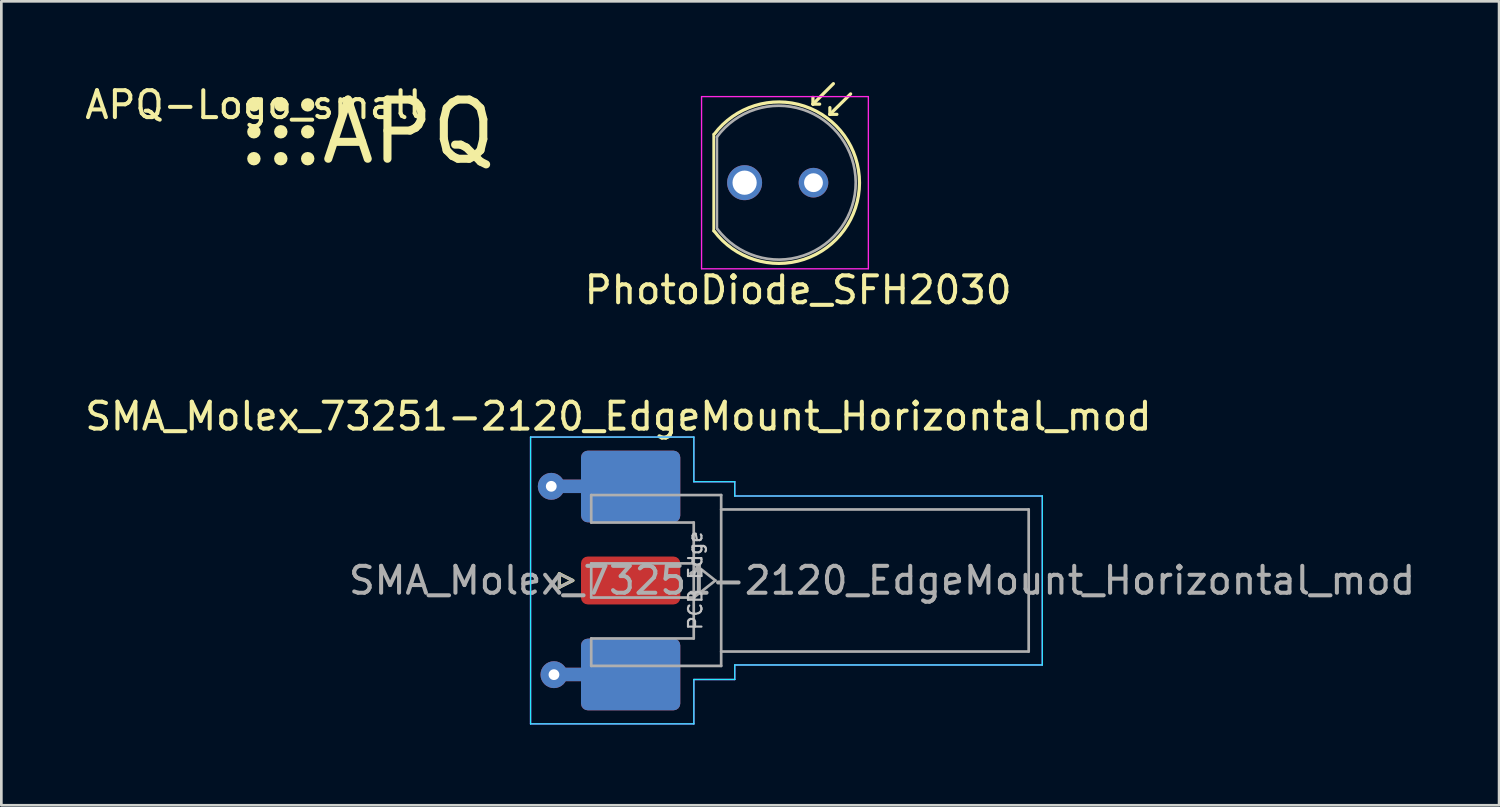
<source format=kicad_pcb>
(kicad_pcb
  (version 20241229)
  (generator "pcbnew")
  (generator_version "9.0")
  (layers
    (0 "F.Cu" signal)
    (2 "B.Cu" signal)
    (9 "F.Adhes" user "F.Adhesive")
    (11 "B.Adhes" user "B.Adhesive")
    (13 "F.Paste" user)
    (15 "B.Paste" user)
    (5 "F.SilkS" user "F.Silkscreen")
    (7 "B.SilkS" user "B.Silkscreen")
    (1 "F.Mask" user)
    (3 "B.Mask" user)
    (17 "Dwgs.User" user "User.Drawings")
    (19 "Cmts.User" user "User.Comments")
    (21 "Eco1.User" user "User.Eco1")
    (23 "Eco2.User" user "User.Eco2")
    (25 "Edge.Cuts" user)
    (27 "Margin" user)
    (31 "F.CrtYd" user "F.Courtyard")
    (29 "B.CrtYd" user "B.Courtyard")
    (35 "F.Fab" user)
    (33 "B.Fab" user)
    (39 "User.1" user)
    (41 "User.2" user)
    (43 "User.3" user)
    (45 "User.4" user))
  (footprint "APQ-Logo_small"
    (layer "F.Cu")
    (at 6.387 0.848)
    (property "Reference" "APQ-Logo_small" (at 0 0 0) (layer "F.SilkS") (effects (font (size 1 1) (thickness 0.15))))
    (attr exclude_from_pos_files exclude_from_bom)
    (fp_circle (center 0 0) (end 0.125 0) (stroke (width 0.25) (type solid)) (fill no) (layer "F.SilkS"))
    (fp_circle (center 0 1) (end 0.125 1) (stroke (width 0.25) (type solid)) (fill no) (layer "F.SilkS"))
    (fp_circle (center 0 2) (end 0.125 2) (stroke (width 0.25) (type solid)) (fill no) (layer "F.SilkS"))
    (fp_circle (center 1 0) (end 1.125 0) (stroke (width 0.25) (type solid)) (fill no) (layer "F.SilkS"))
    (fp_circle (center 1 1) (end 1.125 1) (stroke (width 0.25) (type solid)) (fill no) (layer "F.SilkS"))
    (fp_circle (center 1 2) (end 1.125 2) (stroke (width 0.25) (type solid)) (fill no) (layer "F.SilkS"))
    (fp_circle (center 2 0) (end 2.125 0) (stroke (width 0.25) (type solid)) (fill no) (layer "F.SilkS"))
    (fp_circle (center 2 1) (end 2.125 1) (stroke (width 0.25) (type solid)) (fill no) (layer "F.SilkS"))
    (fp_circle (center 2 2) (end 2.125 2) (stroke (width 0.25) (type solid)) (fill no) (layer "F.SilkS"))
    (fp_text user "APQ" (at 5.75 1 0) (layer "F.SilkS") (effects (font (size 2.2 2.2) (thickness 0.3)))))
  (footprint "PhotoDiode_SFH2030"
    (layer "F.Cu")
    (at 24.626 3.74)
    (property "Reference" "PhotoDiode_SFH2030" (at 1.99 3.99 0) (layer "F.SilkS") (effects (font (size 1 1) (thickness 0.15))))
    (attr through_hole)
    (fp_line (start -1.15 -1.8) (end -1.15 1.8) (stroke (width 0.1) (type solid)) (layer "F.SilkS"))
    (fp_line (start 2.54 -2.92) (end 2.54 -3.17) (stroke (width 0.12) (type solid)) (layer "F.SilkS"))
    (fp_line (start 2.54 -2.92) (end 2.79 -2.92) (stroke (width 0.12) (type solid)) (layer "F.SilkS"))
    (fp_line (start 3.17 -2.54) (end 3.17 -2.79) (stroke (width 0.12) (type solid)) (layer "F.SilkS"))
    (fp_line (start 3.17 -2.54) (end 3.43 -2.54) (stroke (width 0.12) (type solid)) (layer "F.SilkS"))
    (fp_line (start 3.3 -3.68) (end 2.54 -2.92) (stroke (width 0.12) (type solid)) (layer "F.SilkS"))
    (fp_line (start 3.94 -3.3) (end 3.17 -2.54) (stroke (width 0.12) (type solid)) (layer "F.SilkS"))
    (fp_arc (start -1.13 -1.8) (mid 4.269993 0.006278) (end -1.137512 1.78994) (stroke (width 0.12) (type solid)) (layer "F.SilkS"))
    (fp_line (start -1.6 -3.2) (end 4.6 -3.2) (stroke (width 0.05) (type solid)) (layer "F.CrtYd"))
    (fp_line (start -1.6 3.2) (end -1.6 -3.2) (stroke (width 0.05) (type solid)) (layer "F.CrtYd"))
    (fp_line (start 4.6 -3.2) (end 4.6 3.2) (stroke (width 0.05) (type solid)) (layer "F.CrtYd"))
    (fp_line (start 4.6 3.2) (end -1.6 3.2) (stroke (width 0.05) (type solid)) (layer "F.CrtYd"))
    (fp_line (start -1.03 -1.7) (end -1.03 1.7) (stroke (width 0.1) (type solid)) (layer "F.Fab"))
    (fp_arc (start -1.03 -1.7) (mid 4.130036 -0.014015) (end -1.013229 1.722459) (stroke (width 0.1) (type solid)) (layer "F.Fab"))
    (pad "1" thru_hole circle (at 0 0 180) (size 1.3 1.3) (drill 0.9) (layers "*.Cu" "*.Mask"))
    (pad "2" thru_hole circle (at 2.56 0 180) (size 1.1 1.1) (drill 0.7) (layers "*.Cu" "*.Mask")))
  (footprint "SMA_Molex_73251-2120_EdgeMount_Horizontal_mod"
    (layer "F.Cu")
    (at 20.64 18.526)
    (property "Reference" "SMA_Molex_73251-2120_EdgeMount_Horizontal_mod" (at -0.705 -6.1 0) (layer "F.SilkS") (effects (font (size 1 1) (thickness 0.15))))
    (fp_line (start -2.9 -0.25) (end -2.9 0.25) (stroke (width 0.12) (type solid)) (layer "F.SilkS"))
    (fp_line (start -2.9 0.25) (end -2.4 0) (stroke (width 0.12) (type solid)) (layer "F.SilkS"))
    (fp_line (start -2.4 0) (end -2.9 -0.25) (stroke (width 0.12) (type solid)) (layer "F.SilkS"))
    (fp_line (start -3.97 -5.33) (end -3.97 5.33) (stroke (width 0.05) (type solid)) (layer "B.CrtYd"))
    (fp_line (start -3.97 -5.33) (end 2.1 -5.33) (stroke (width 0.05) (type solid)) (layer "B.CrtYd"))
    (fp_line (start 2.1 -5.33) (end 2.1 -3.67) (stroke (width 0.05) (type default)) (layer "B.CrtYd"))
    (fp_line (start 2.1 -3.67) (end 3.62 -3.67) (stroke (width 0.05) (type default)) (layer "B.CrtYd"))
    (fp_line (start 2.1 3.68) (end 3.62 3.68) (stroke (width 0.05) (type default)) (layer "B.CrtYd"))
    (fp_line (start 2.1 5.33) (end -3.97 5.33) (stroke (width 0.05) (type solid)) (layer "B.CrtYd"))
    (fp_line (start 2.1 5.33) (end 2.1 3.68) (stroke (width 0.05) (type default)) (layer "B.CrtYd"))
    (fp_line (start 3.62 -3.67) (end 3.62 -3.14) (stroke (width 0.05) (type default)) (layer "B.CrtYd"))
    (fp_line (start 3.62 -3.14) (end 15.05 -3.14) (stroke (width 0.05) (type default)) (layer "B.CrtYd"))
    (fp_line (start 3.62 3.14) (end 15.05 3.14) (stroke (width 0.05) (type default)) (layer "B.CrtYd"))
    (fp_line (start 3.62 3.68) (end 3.62 3.14) (stroke (width 0.05) (type default)) (layer "B.CrtYd"))
    (fp_line (start 15.05 -3.14) (end 15.05 3.14) (stroke (width 0.05) (type solid)) (layer "B.CrtYd"))
    (fp_line (start -3.97 -5.33) (end -3.97 5.33) (stroke (width 0.05) (type solid)) (layer "F.CrtYd"))
    (fp_line (start -3.97 -5.33) (end 2.1 -5.33) (stroke (width 0.05) (type solid)) (layer "F.CrtYd"))
    (fp_line (start 2.1 -5.33) (end 2.1 -3.67) (stroke (width 0.05) (type default)) (layer "F.CrtYd"))
    (fp_line (start 2.1 -3.67) (end 3.62 -3.67) (stroke (width 0.05) (type default)) (layer "F.CrtYd"))
    (fp_line (start 2.1 3.68) (end 3.62 3.68) (stroke (width 0.05) (type default)) (layer "F.CrtYd"))
    (fp_line (start 2.1 5.33) (end -3.97 5.33) (stroke (width 0.05) (type solid)) (layer "F.CrtYd"))
    (fp_line (start 2.1 5.33) (end 2.1 3.68) (stroke (width 0.05) (type default)) (layer "F.CrtYd"))
    (fp_line (start 3.62 -3.67) (end 3.62 -3.14) (stroke (width 0.05) (type default)) (layer "F.CrtYd"))
    (fp_line (start 3.62 -3.14) (end 15.05 -3.14) (stroke (width 0.05) (type default)) (layer "F.CrtYd"))
    (fp_line (start 3.62 3.14) (end 15.05 3.14) (stroke (width 0.05) (type default)) (layer "F.CrtYd"))
    (fp_line (start 3.62 3.68) (end 3.62 3.14) (stroke (width 0.05) (type default)) (layer "F.CrtYd"))
    (fp_line (start 15.05 -3.14) (end 15.05 3.14) (stroke (width 0.05) (type solid)) (layer "F.CrtYd"))
    (fp_line (start -2.9 -0.25) (end -2.4 0) (stroke (width 0.1) (type solid)) (layer "F.Fab"))
    (fp_line (start -2.9 0.25) (end -2.9 -0.25) (stroke (width 0.1) (type solid)) (layer "F.Fab"))
    (fp_line (start -2.4 0) (end -2.9 0.25) (stroke (width 0.1) (type solid)) (layer "F.Fab"))
    (fp_line (start -1.715 -3.175) (end -1.715 -2.155) (stroke (width 0.1) (type solid)) (layer "F.Fab"))
    (fp_line (start -1.715 -3.175) (end 3.115 -3.175) (stroke (width 0.1) (type solid)) (layer "F.Fab"))
    (fp_line (start -1.715 -0.635) (end -1.715 0.635) (stroke (width 0.1) (type solid)) (layer "F.Fab"))
    (fp_line (start -1.715 3.175) (end -1.715 2.155) (stroke (width 0.1) (type solid)) (layer "F.Fab"))
    (fp_line (start 2.095 -2.155) (end -1.715 -2.155) (stroke (width 0.1) (type solid)) (layer "F.Fab"))
    (fp_line (start 2.095 -2.155) (end 2.095 2.155) (stroke (width 0.1) (type solid)) (layer "F.Fab"))
    (fp_line (start 2.095 -0.635) (end -1.715 -0.635) (stroke (width 0.1) (type solid)) (layer "F.Fab"))
    (fp_line (start 2.095 -0.635) (end 2.9 0) (stroke (width 0.1) (type solid)) (layer "F.Fab"))
    (fp_line (start 2.095 0.635) (end -1.715 0.635) (stroke (width 0.1) (type solid)) (layer "F.Fab"))
    (fp_line (start 2.095 2.155) (end -1.715 2.155) (stroke (width 0.1) (type solid)) (layer "F.Fab"))
    (fp_line (start 2.9 0) (end 2.095 0.635) (stroke (width 0.1) (type solid)) (layer "F.Fab"))
    (fp_line (start 3.115 -3.175) (end 3.115 3.175) (stroke (width 0.1) (type solid)) (layer "F.Fab"))
    (fp_line (start 3.115 3.175) (end -1.715 3.175) (stroke (width 0.1) (type solid)) (layer "F.Fab"))
    (fp_line (start 14.545 -2.64) (end 3.115 -2.64) (stroke (width 0.1) (type solid)) (layer "F.Fab"))
    (fp_line (start 14.545 -2.64) (end 14.545 2.64) (stroke (width 0.1) (type solid)) (layer "F.Fab"))
    (fp_line (start 14.545 2.64) (end 3.115 2.64) (stroke (width 0.1) (type solid)) (layer "F.Fab"))
    (fp_text user "PCB Edge" (at 2.155 0 270) (layer "Dwgs.User") (effects (font (size 0.5 0.5) (thickness 0.08))))
    (fp_text user "${REFERENCE}" (at 9.095 0 0) (layer "F.Fab") (effects (font (size 1 1) (thickness 0.15))))
    (pad "1" smd roundrect (at -0.25 0) (size 3.69 1.78) (layers "F.Cu" "F.Mask" "F.Paste") (roundrect_rratio 0.14))
    (pad "2" thru_hole circle (at -3.2 -3.5) (size 1 1) (drill 0.4) (layers "*.Cu" "*.Mask"))
    (pad "2" thru_hole circle (at -3.1 3.5) (size 1 1) (drill 0.4) (layers "*.Cu" "*.Mask"))
    (pad "2" smd rect (at -2.3 -3.5) (size 2 0.5) (layers "B.Cu" "B.Mask" "B.Paste"))
    (pad "2" smd rect (at -2.2 -3.5) (size 2 0.5) (layers "F.Cu" "F.Mask" "F.Paste"))
    (pad "2" smd rect (at -2.095 3.493) (size 2 0.5) (layers "F.Cu" "F.Mask" "F.Paste"))
    (pad "2" smd rect (at -2.095 3.493) (size 2 0.5) (layers "B.Cu" "B.Mask" "B.Paste"))
    (pad "2" smd roundrect (at -0.25 -3.493) (size 3.69 2.665) (layers "F.Cu" "F.Mask" "F.Paste") (roundrect_rratio 0.094))
    (pad "2" smd roundrect (at -0.25 -3.493) (size 3.69 2.665) (layers "B.Cu" "B.Mask" "B.Paste") (roundrect_rratio 0.094))
    (pad "2" smd roundrect (at -0.25 3.493) (size 3.69 2.665) (layers "F.Cu" "F.Mask" "F.Paste") (roundrect_rratio 0.094))
    (pad "2" smd roundrect (at -0.25 3.493) (size 3.69 2.665) (layers "B.Cu" "B.Mask" "B.Paste") (roundrect_rratio 0.094)))
  (gr_rect
    (start -3 -3)
    (end 52.669 26.881)
    (stroke (width 0.1) (type default))
    (fill no)
    (layer "Edge.Cuts")))
</source>
